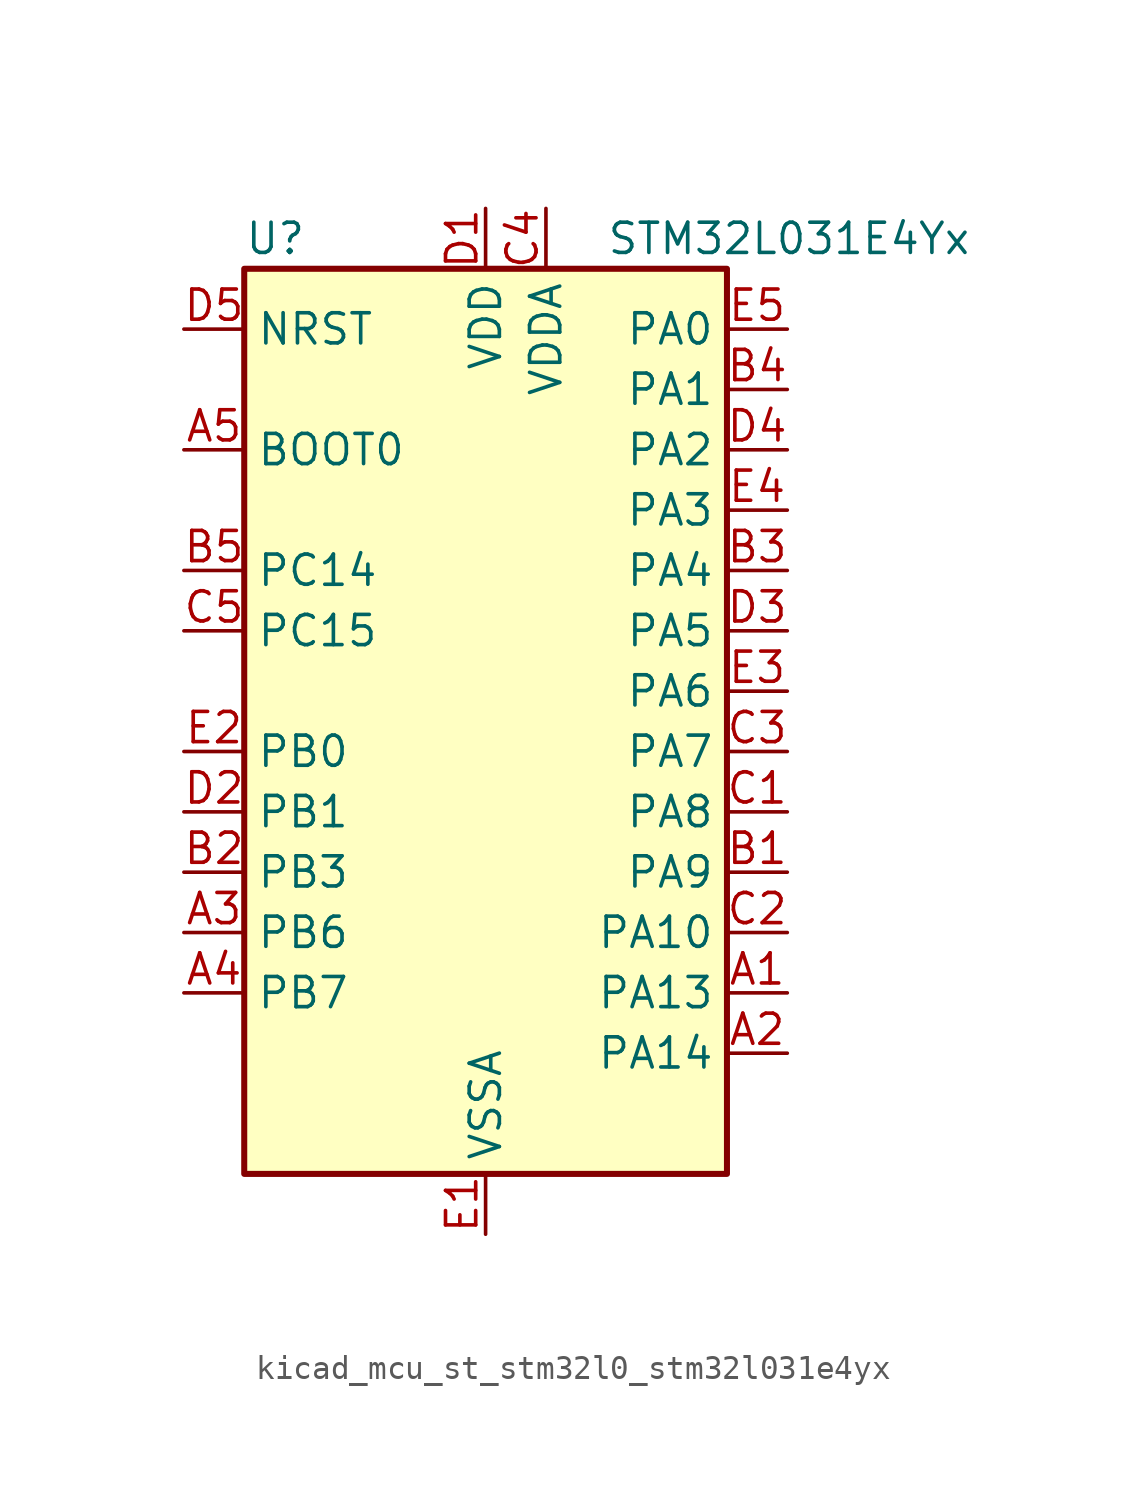
<source format=kicad_sym>
(kicad_symbol_lib
  (version 20220914)
  (generator kicad_symbol_editor)
  (symbol "kicad_mcu_st_stm32l0_stm32l031e4yx"
    (property "Reference" "U"
      (at -10.16 21.59 0)
      (effects (font (size 1.27 1.27)) (justify left)))
    (property "Value" "STM32L031E4Yx"
      (at 5.08 21.59 0)
      (effects (font (size 1.27 1.27)) (justify left)))
    (property "ki_locked" ""
      (at 0 0 0)
      (effects (font (size 1.27 1.27))))
    (symbol "kicad_mcu_st_stm32l0_stm32l031e4yx_0_1"
      (rectangle (start -10.16 -17.78) (end 10.16 20.32) (stroke (width 0.254) (type default)) (fill (type background))))
    (symbol "kicad_mcu_st_stm32l0_stm32l031e4yx_1_1"
      (pin bidirectional line (at 12.7 -10.16 180) (length 2.54) (name "PA13" (effects (font (size 1.27 1.27)))) (number "A1" (effects (font (size 1.27 1.27)))) (alternate "LPTIM1_ETR" bidirectional line) (alternate "LPUART1_RX" bidirectional line) (alternate "SYS_SWDIO" bidirectional line))
      (pin bidirectional line (at 12.7 -12.7 180) (length 2.54) (name "PA14" (effects (font (size 1.27 1.27)))) (number "A2" (effects (font (size 1.27 1.27)))) (alternate "I2C1_SMBA" bidirectional line) (alternate "LPTIM1_OUT" bidirectional line) (alternate "LPUART1_TX" bidirectional line) (alternate "SYS_SWCLK" bidirectional line) (alternate "USART2_TX" bidirectional line))
      (pin bidirectional line (at -12.7 -7.62 0) (length 2.54) (name "PB6" (effects (font (size 1.27 1.27)))) (number "A3" (effects (font (size 1.27 1.27)))) (alternate "COMP2_INP" bidirectional line) (alternate "I2C1_SCL" bidirectional line) (alternate "LPTIM1_ETR" bidirectional line) (alternate "TIM21_CH1" bidirectional line) (alternate "USART2_TX" bidirectional line))
      (pin bidirectional line (at -12.7 -10.16 0) (length 2.54) (name "PB7" (effects (font (size 1.27 1.27)))) (number "A4" (effects (font (size 1.27 1.27)))) (alternate "COMP2_INP" bidirectional line) (alternate "I2C1_SDA" bidirectional line) (alternate "LPTIM1_IN2" bidirectional line) (alternate "SYS_PVD_IN" bidirectional line) (alternate "USART2_RX" bidirectional line))
      (pin input line (at -12.7 12.7 0) (length 2.54) (name "BOOT0" (effects (font (size 1.27 1.27)))) (number "A5" (effects (font (size 1.27 1.27)))))
      (pin bidirectional line (at 12.7 -5.08 180) (length 2.54) (name "PA9" (effects (font (size 1.27 1.27)))) (number "B1" (effects (font (size 1.27 1.27)))) (alternate "I2C1_SCL" bidirectional line) (alternate "RCC_MCO" bidirectional line) (alternate "TIM22_CH1" bidirectional line) (alternate "USART2_TX" bidirectional line))
      (pin bidirectional line (at -12.7 -5.08 0) (length 2.54) (name "PB3" (effects (font (size 1.27 1.27)))) (number "B2" (effects (font (size 1.27 1.27)))) (alternate "COMP2_INM" bidirectional line) (alternate "SPI1_SCK" bidirectional line) (alternate "TIM2_CH2" bidirectional line))
      (pin bidirectional line (at 12.7 7.62 180) (length 2.54) (name "PA4" (effects (font (size 1.27 1.27)))) (number "B3" (effects (font (size 1.27 1.27)))) (alternate "ADC_IN4" bidirectional line) (alternate "COMP1_INM" bidirectional line) (alternate "COMP2_INM" bidirectional line) (alternate "LPTIM1_IN1" bidirectional line) (alternate "SPI1_NSS" bidirectional line) (alternate "TIM22_ETR" bidirectional line) (alternate "USART2_CK" bidirectional line))
      (pin bidirectional line (at 12.7 15.24 180) (length 2.54) (name "PA1" (effects (font (size 1.27 1.27)))) (number "B4" (effects (font (size 1.27 1.27)))) (alternate "ADC_IN1" bidirectional line) (alternate "COMP1_INP" bidirectional line) (alternate "I2C1_SMBA" bidirectional line) (alternate "LPTIM1_IN2" bidirectional line) (alternate "TIM21_ETR" bidirectional line) (alternate "TIM2_CH2" bidirectional line) (alternate "USART2_DE" bidirectional line) (alternate "USART2_RTS" bidirectional line))
      (pin bidirectional line (at -12.7 7.62 0) (length 2.54) (name "PC14" (effects (font (size 1.27 1.27)))) (number "B5" (effects (font (size 1.27 1.27)))) (alternate "RCC_OSC32_IN" bidirectional line))
      (pin bidirectional line (at 12.7 -2.54 180) (length 2.54) (name "PA8" (effects (font (size 1.27 1.27)))) (number "C1" (effects (font (size 1.27 1.27)))) (alternate "LPTIM1_IN1" bidirectional line) (alternate "RCC_MCO" bidirectional line) (alternate "TIM2_CH1" bidirectional line) (alternate "USART2_CK" bidirectional line))
      (pin bidirectional line (at 12.7 -7.62 180) (length 2.54) (name "PA10" (effects (font (size 1.27 1.27)))) (number "C2" (effects (font (size 1.27 1.27)))) (alternate "I2C1_SDA" bidirectional line) (alternate "TIM22_CH2" bidirectional line) (alternate "USART2_RX" bidirectional line))
      (pin bidirectional line (at 12.7 0 180) (length 2.54) (name "PA7" (effects (font (size 1.27 1.27)))) (number "C3" (effects (font (size 1.27 1.27)))) (alternate "ADC_IN7" bidirectional line) (alternate "COMP2_OUT" bidirectional line) (alternate "LPTIM1_OUT" bidirectional line) (alternate "SPI1_MOSI" bidirectional line) (alternate "TIM22_CH2" bidirectional line) (alternate "USART2_CTS" bidirectional line))
      (pin power_in line (at 2.54 22.86 270) (length 2.54) (name "VDDA" (effects (font (size 1.27 1.27)))) (number "C4" (effects (font (size 1.27 1.27)))))
      (pin bidirectional line (at -12.7 5.08 0) (length 2.54) (name "PC15" (effects (font (size 1.27 1.27)))) (number "C5" (effects (font (size 1.27 1.27)))) (alternate "RCC_OSC32_OUT" bidirectional line))
      (pin power_in line (at 0 22.86 270) (length 2.54) (name "VDD" (effects (font (size 1.27 1.27)))) (number "D1" (effects (font (size 1.27 1.27)))))
      (pin bidirectional line (at -12.7 -2.54 0) (length 2.54) (name "PB1" (effects (font (size 1.27 1.27)))) (number "D2" (effects (font (size 1.27 1.27)))) (alternate "ADC_IN9" bidirectional line) (alternate "LPUART1_DE" bidirectional line) (alternate "LPUART1_RTS" bidirectional line) (alternate "SPI1_MOSI" bidirectional line) (alternate "SYS_VREF_OUT_PB1" bidirectional line) (alternate "TIM2_CH4" bidirectional line) (alternate "USART2_CK" bidirectional line))
      (pin bidirectional line (at 12.7 5.08 180) (length 2.54) (name "PA5" (effects (font (size 1.27 1.27)))) (number "D3" (effects (font (size 1.27 1.27)))) (alternate "ADC_IN5" bidirectional line) (alternate "COMP1_INM" bidirectional line) (alternate "COMP2_INM" bidirectional line) (alternate "LPTIM1_IN2" bidirectional line) (alternate "SPI1_SCK" bidirectional line) (alternate "TIM2_CH1" bidirectional line) (alternate "TIM2_ETR" bidirectional line))
      (pin bidirectional line (at 12.7 12.7 180) (length 2.54) (name "PA2" (effects (font (size 1.27 1.27)))) (number "D4" (effects (font (size 1.27 1.27)))) (alternate "ADC_IN2" bidirectional line) (alternate "COMP2_INM" bidirectional line) (alternate "COMP2_OUT" bidirectional line) (alternate "LPUART1_TX" bidirectional line) (alternate "RTC_OUT_ALARM" bidirectional line) (alternate "RTC_OUT_CALIB" bidirectional line) (alternate "RTC_TAMP3" bidirectional line) (alternate "RTC_TS" bidirectional line) (alternate "SYS_WKUP3" bidirectional line) (alternate "TIM21_CH1" bidirectional line) (alternate "TIM2_CH3" bidirectional line) (alternate "USART2_TX" bidirectional line))
      (pin input line (at -12.7 17.78 0) (length 2.54) (name "NRST" (effects (font (size 1.27 1.27)))) (number "D5" (effects (font (size 1.27 1.27)))))
      (pin power_in line (at 0 -20.32 90) (length 2.54) (name "VSSA" (effects (font (size 1.27 1.27)))) (number "E1" (effects (font (size 1.27 1.27)))))
      (pin bidirectional line (at -12.7 0 0) (length 2.54) (name "PB0" (effects (font (size 1.27 1.27)))) (number "E2" (effects (font (size 1.27 1.27)))) (alternate "ADC_IN8" bidirectional line) (alternate "SPI1_MISO" bidirectional line) (alternate "SYS_VREF_OUT_PB0" bidirectional line) (alternate "TIM2_CH3" bidirectional line) (alternate "USART2_DE" bidirectional line) (alternate "USART2_RTS" bidirectional line))
      (pin bidirectional line (at 12.7 2.54 180) (length 2.54) (name "PA6" (effects (font (size 1.27 1.27)))) (number "E3" (effects (font (size 1.27 1.27)))) (alternate "ADC_IN6" bidirectional line) (alternate "COMP1_OUT" bidirectional line) (alternate "LPTIM1_ETR" bidirectional line) (alternate "LPUART1_CTS" bidirectional line) (alternate "SPI1_MISO" bidirectional line) (alternate "TIM22_CH1" bidirectional line))
      (pin bidirectional line (at 12.7 10.16 180) (length 2.54) (name "PA3" (effects (font (size 1.27 1.27)))) (number "E4" (effects (font (size 1.27 1.27)))) (alternate "ADC_IN3" bidirectional line) (alternate "COMP2_INP" bidirectional line) (alternate "LPUART1_RX" bidirectional line) (alternate "TIM21_CH2" bidirectional line) (alternate "TIM2_CH4" bidirectional line) (alternate "USART2_RX" bidirectional line))
      (pin bidirectional line (at 12.7 17.78 180) (length 2.54) (name "PA0" (effects (font (size 1.27 1.27)))) (number "E5" (effects (font (size 1.27 1.27)))) (alternate "ADC_IN0" bidirectional line) (alternate "COMP1_INM" bidirectional line) (alternate "COMP1_OUT" bidirectional line) (alternate "LPTIM1_IN1" bidirectional line) (alternate "RCC_CK_IN" bidirectional line) (alternate "RTC_TAMP2" bidirectional line) (alternate "SYS_WKUP1" bidirectional line) (alternate "TIM2_CH1" bidirectional line) (alternate "TIM2_ETR" bidirectional line) (alternate "USART2_CTS" bidirectional line)))))
</source>
